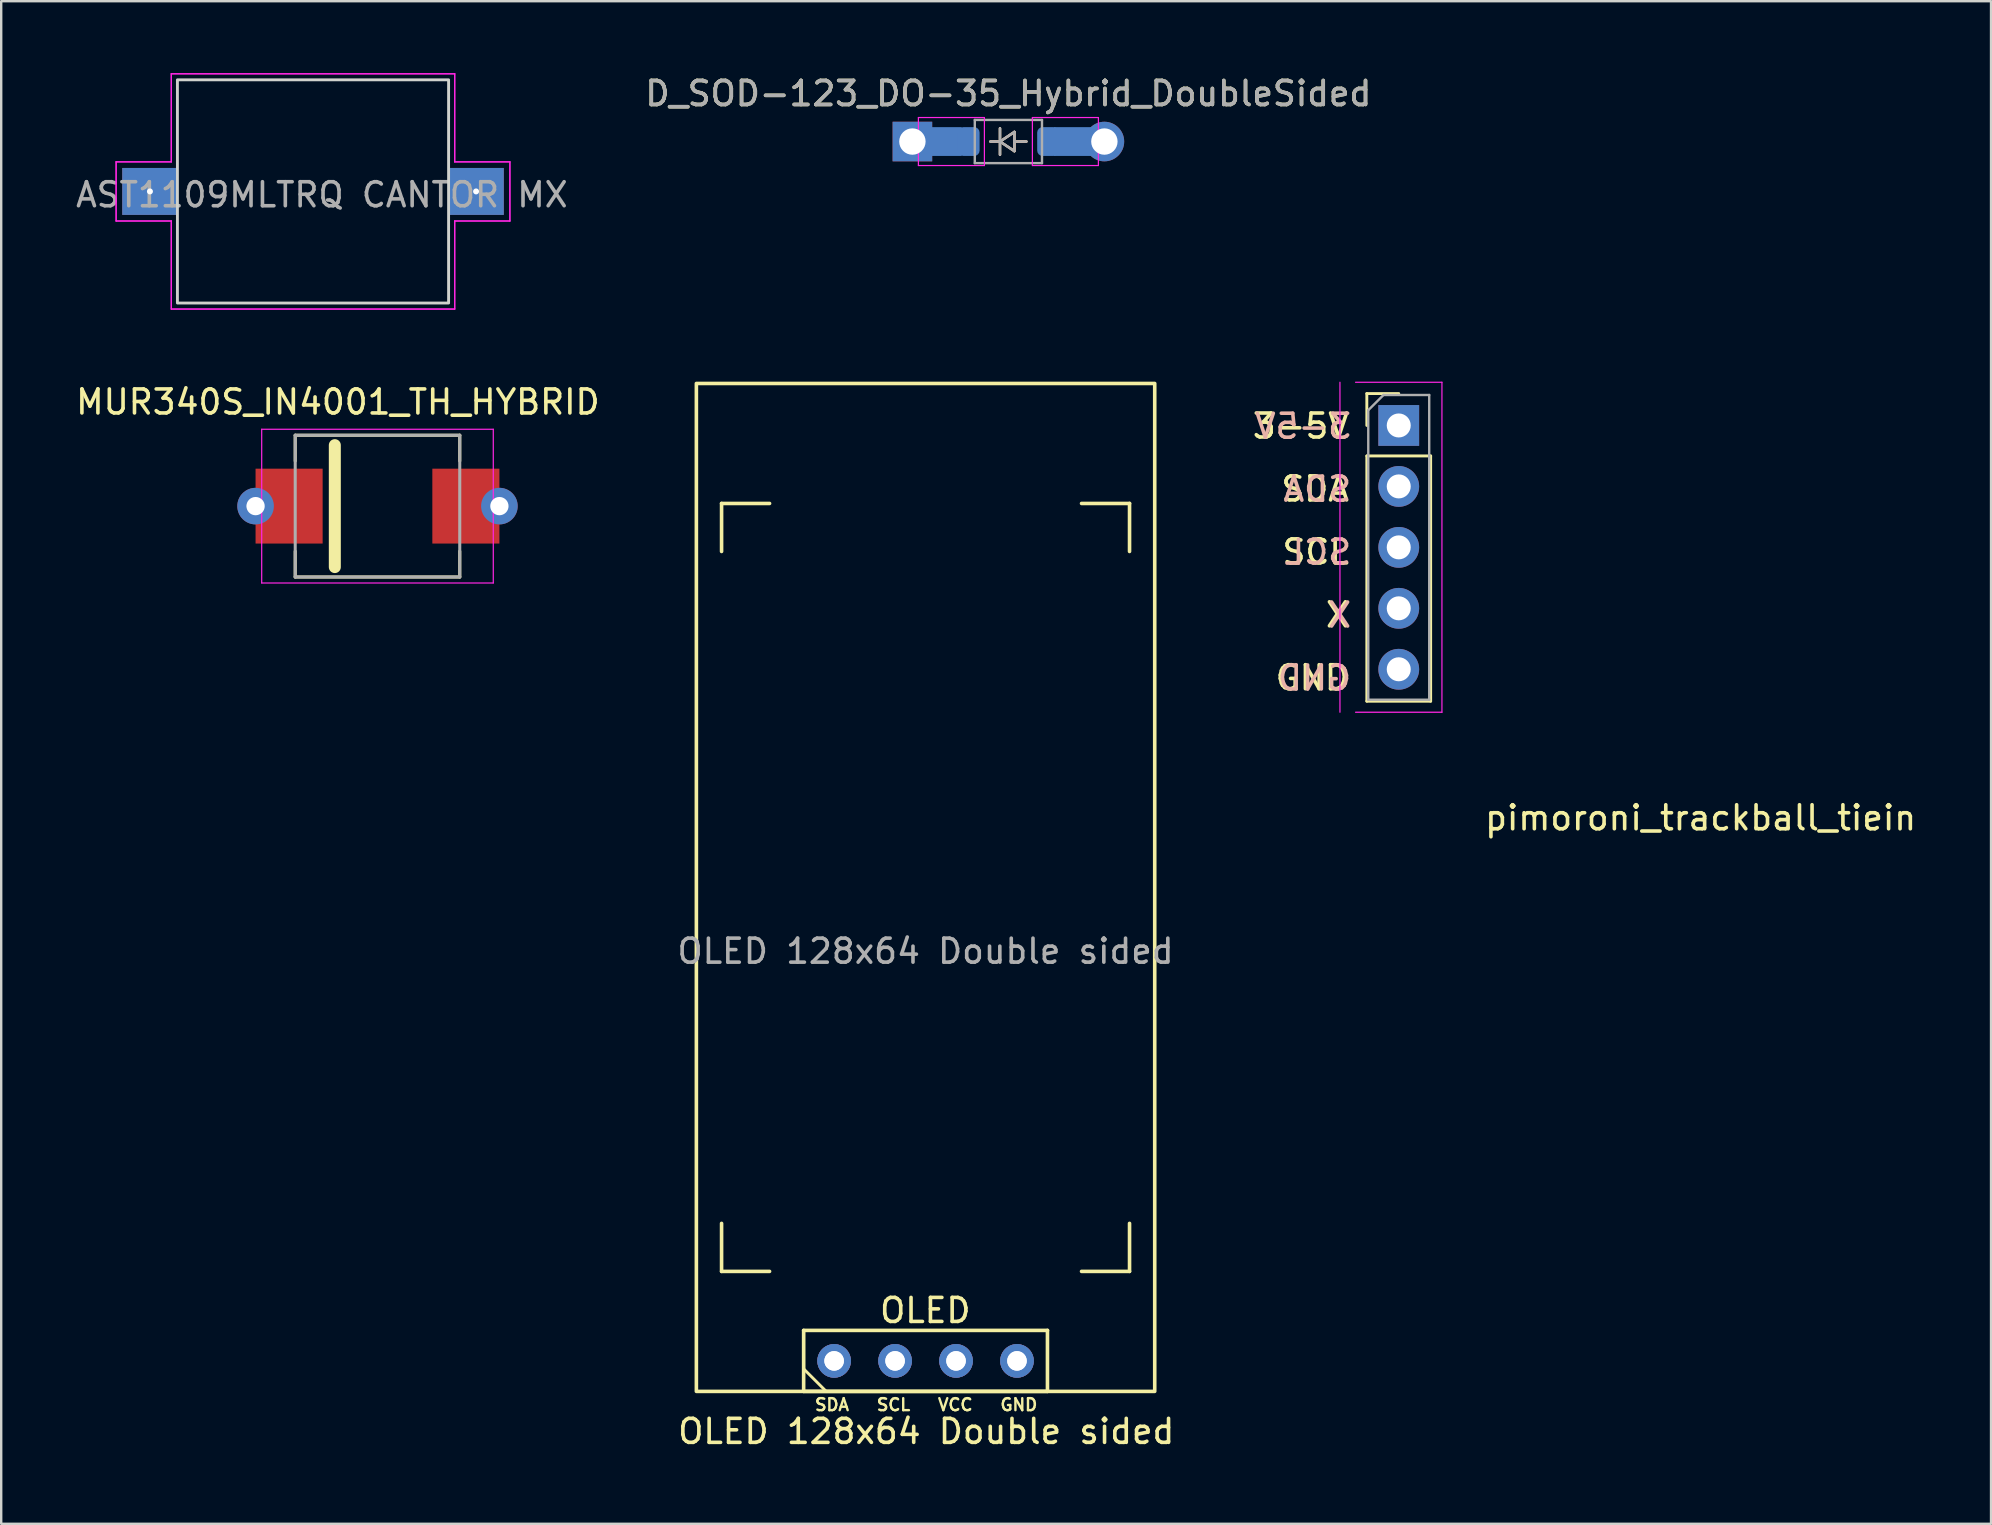
<source format=kicad_pcb>
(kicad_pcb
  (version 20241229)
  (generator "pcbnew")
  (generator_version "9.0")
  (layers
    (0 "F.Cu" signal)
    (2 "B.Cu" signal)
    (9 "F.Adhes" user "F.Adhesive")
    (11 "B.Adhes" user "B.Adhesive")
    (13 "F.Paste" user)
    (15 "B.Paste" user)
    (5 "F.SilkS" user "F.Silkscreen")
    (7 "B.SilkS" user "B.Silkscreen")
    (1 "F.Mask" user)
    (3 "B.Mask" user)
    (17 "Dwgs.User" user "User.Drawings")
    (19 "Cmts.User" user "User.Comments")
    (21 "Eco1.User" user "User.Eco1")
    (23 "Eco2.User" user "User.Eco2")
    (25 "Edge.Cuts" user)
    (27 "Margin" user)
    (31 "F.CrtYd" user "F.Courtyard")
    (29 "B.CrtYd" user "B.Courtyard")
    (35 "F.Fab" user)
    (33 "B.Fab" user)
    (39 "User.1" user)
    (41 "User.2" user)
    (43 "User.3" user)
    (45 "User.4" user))
  (footprint "OLED 128x64 Double sided"
    (layer "F.Cu")
    (at 35.518 47.938)
    (property "Reference" "OLED 128x64 Double sided" (at 0.03 8.66 0) (unlocked yes) (layer "F.SilkS") (effects (font (size 1 1) (thickness 0.15))))
    (attr through_hole)
    (fp_line (start -8.5 -28.009) (end -8.5 -30.009) (stroke (width 0.15) (type default)) (layer "F.SilkS"))
    (fp_line (start -8.5 1.991) (end -8.5 -0.009) (stroke (width 0.15) (type default)) (layer "F.SilkS"))
    (fp_line (start -6.5 -30.009) (end -8.5 -30.009) (stroke (width 0.15) (type default)) (layer "F.SilkS"))
    (fp_line (start -6.5 1.991) (end -8.5 1.991) (stroke (width 0.15) (type default)) (layer "F.SilkS"))
    (fp_line (start -5.08 4.451) (end 5.08 4.451) (stroke (width 0.15) (type solid)) (layer "F.SilkS"))
    (fp_line (start -5.08 6.991) (end -5.08 4.451) (stroke (width 0.15) (type solid)) (layer "F.SilkS"))
    (fp_line (start -5.08 6.991) (end 5.08 6.991) (stroke (width 0.15) (type solid)) (layer "F.SilkS"))
    (fp_line (start -5.08 4.451) (end 5.08 4.451) (stroke (width 0.12) (type default)) (layer "F.SilkS"))
    (fp_line (start -5.08 6.052) (end -5.08 4.451) (stroke (width 0.12) (type default)) (layer "F.SilkS"))
    (fp_line (start -5.08 6.052) (end -4.14 6.991) (stroke (width 0.12) (type default)) (layer "F.SilkS"))
    (fp_line (start 5.08 4.451) (end 5.08 6.991) (stroke (width 0.12) (type default)) (layer "F.SilkS"))
    (fp_line (start 5.08 6.991) (end -4.14 6.991) (stroke (width 0.12) (type default)) (layer "F.SilkS"))
    (fp_line (start 5.08 4.451) (end 5.08 6.991) (stroke (width 0.15) (type solid)) (layer "F.SilkS"))
    (fp_line (start 8.5 -30.009) (end 6.5 -30.009) (stroke (width 0.15) (type default)) (layer "F.SilkS"))
    (fp_line (start 8.5 -28.009) (end 8.5 -30.009) (stroke (width 0.15) (type default)) (layer "F.SilkS"))
    (fp_line (start 8.5 1.991) (end 6.5 1.991) (stroke (width 0.15) (type default)) (layer "F.SilkS"))
    (fp_line (start 8.5 1.991) (end 8.5 -0.009) (stroke (width 0.15) (type default)) (layer "F.SilkS"))
    (fp_rect (start -9.55 -35.009) (end 9.55 6.991) (stroke (width 0.15) (type default)) (fill no) (layer "F.SilkS"))
    (fp_text user "GND" (at 3.06 7.84 0) (unlocked yes) (layer "F.SilkS") (effects (font (size 0.5 0.5) (thickness 0.1)) (justify left bottom)))
    (fp_text user "SDA" (at -4.668 7.84 0) (unlocked yes) (layer "F.SilkS") (effects (font (size 0.5 0.5) (thickness 0.1)) (justify left bottom)))
    (fp_text user "OLED" (at -0.01 3.621 0) (layer "F.SilkS") (effects (font (size 1 1) (thickness 0.15))))
    (fp_text user "SCL" (at -2.092 7.84 0) (unlocked yes) (layer "F.SilkS") (effects (font (size 0.5 0.5) (thickness 0.1)) (justify left bottom)))
    (fp_text user "VCC" (at 0.46 7.84 0) (unlocked yes) (layer "F.SilkS") (effects (font (size 0.5 0.5) (thickness 0.1)) (justify left bottom)))
    (fp_text user "${REFERENCE}" (at 0 -11.35 0) (unlocked yes) (layer "F.Fab") (effects (font (size 1 1) (thickness 0.15))))
    (pad "1" thru_hole circle (at -3.81 5.721) (size 1.397 1.397) (drill 0.813) (layers "*.Cu" "B.Mask"))
    (pad "1" thru_hole circle (at -3.81 5.721) (size 1.397 1.397) (drill 0.813) (layers "*.Cu" "*.Mask"))
    (pad "2" thru_hole circle (at -1.27 5.721) (size 1.397 1.397) (drill 0.813) (layers "*.Cu" "B.Mask"))
    (pad "2" thru_hole circle (at -1.27 5.721) (size 1.397 1.397) (drill 0.813) (layers "*.Cu" "*.Mask"))
    (pad "3" thru_hole circle (at 1.27 5.721) (size 1.397 1.397) (drill 0.813) (layers "*.Cu" "B.Mask"))
    (pad "3" thru_hole circle (at 1.27 5.721) (size 1.397 1.397) (drill 0.813) (layers "*.Cu" "*.Mask"))
    (pad "4" thru_hole circle (at 3.81 5.721) (size 1.397 1.397) (drill 0.813) (layers "*.Cu" "B.Mask"))
    (pad "4" thru_hole circle (at 3.81 5.721) (size 1.397 1.397) (drill 0.813) (layers "*.Cu" "*.Mask")))
  (footprint "MUR340S_IN4001_TH_HYBRID"
    (layer "F.Cu")
    (at 12.68 18.04)
    (property "Reference" "MUR340S_IN4001_TH_HYBRID" (at -1.65 -4.338 0) (layer "F.SilkS") (effects (font (size 1 1) (thickness 0.15))))
    (attr smd)
    (fp_line (start -3.428 -2.953) (end -3.428 -1.88) (stroke (width 0.127) (type solid)) (layer "F.SilkS"))
    (fp_line (start -3.428 2.953) (end -3.428 1.88) (stroke (width 0.127) (type solid)) (layer "F.SilkS"))
    (fp_line (start -3.428 2.953) (end 3.428 2.953) (stroke (width 0.127) (type solid)) (layer "F.SilkS"))
    (fp_line (start -1.778 -2.54) (end -1.778 2.54) (stroke (width 0.5) (type solid)) (layer "F.SilkS"))
    (fp_line (start 3.428 -2.953) (end -3.428 -2.953) (stroke (width 0.127) (type solid)) (layer "F.SilkS"))
    (fp_line (start 3.428 -1.88) (end 3.428 -2.953) (stroke (width 0.127) (type solid)) (layer "F.SilkS"))
    (fp_line (start 3.428 2.953) (end 3.428 1.88) (stroke (width 0.127) (type solid)) (layer "F.SilkS"))
    (fp_line (start -4.825 -3.203) (end -4.825 3.203) (stroke (width 0.05) (type solid)) (layer "F.CrtYd"))
    (fp_line (start -4.825 3.203) (end 4.825 3.203) (stroke (width 0.05) (type solid)) (layer "F.CrtYd"))
    (fp_line (start 4.825 -3.203) (end -4.825 -3.203) (stroke (width 0.05) (type solid)) (layer "F.CrtYd"))
    (fp_line (start 4.825 3.203) (end 4.825 -3.203) (stroke (width 0.05) (type solid)) (layer "F.CrtYd"))
    (fp_line (start -3.428 -2.953) (end -3.428 2.953) (stroke (width 0.127) (type solid)) (layer "F.Fab"))
    (fp_line (start -3.428 2.953) (end 3.428 2.953) (stroke (width 0.127) (type solid)) (layer "F.Fab"))
    (fp_line (start 3.428 -2.953) (end -3.428 -2.953) (stroke (width 0.127) (type solid)) (layer "F.Fab"))
    (fp_line (start 3.428 2.953) (end 3.428 -2.953) (stroke (width 0.127) (type solid)) (layer "F.Fab"))
    (fp_circle (center -5.25 0) (end -5.15 0) (stroke (width 0.2) (type solid)) (fill no) (layer "F.Fab"))
    (pad "A" smd rect (at 3.683 0) (size 2.795 3.12) (layers "F.Cu" "F.Mask" "F.Paste"))
    (pad "A" thru_hole circle (at 5.08 0) (size 1.524 1.524) (drill 0.762) (layers "*.Cu" "*.Mask"))
    (pad "C" thru_hole circle (at -5.08 0) (size 1.524 1.524) (drill 0.762) (layers "*.Cu" "*.Mask"))
    (pad "C" smd rect (at -3.683 0) (size 2.795 3.12) (layers "F.Cu" "F.Mask" "F.Paste")))
  (footprint "D_SOD-123_DO-35_Hybrid_DoubleSided"
    (layer "F.Cu")
    (at 38.97 2.848)
    (property "Reference" "D_SOD-123_DO-35_Hybrid_DoubleSided" (at 0 -2 0) (layer "F.SilkS") (effects (font (size 1 1) (thickness 0.15))))
    (attr smd)
    (fp_line (start -0.75 0) (end -0.35 0) (stroke (width 0.1) (type solid)) (layer "F.SilkS"))
    (fp_line (start -0.35 0) (end -0.35 -0.55) (stroke (width 0.1) (type solid)) (layer "F.SilkS"))
    (fp_line (start -0.35 0) (end -0.35 0.55) (stroke (width 0.1) (type solid)) (layer "F.SilkS"))
    (fp_line (start -0.35 0) (end 0.25 -0.4) (stroke (width 0.1) (type solid)) (layer "F.SilkS"))
    (fp_line (start 0.25 -0.4) (end 0.25 0.4) (stroke (width 0.1) (type solid)) (layer "F.SilkS"))
    (fp_line (start 0.25 0) (end 0.75 0) (stroke (width 0.1) (type solid)) (layer "F.SilkS"))
    (fp_line (start 0.25 0.4) (end -0.35 0) (stroke (width 0.1) (type solid)) (layer "F.SilkS"))
    (fp_line (start -0.75 0) (end -0.35 0) (stroke (width 0.1) (type solid)) (layer "B.SilkS"))
    (fp_line (start -0.35 0) (end -0.35 -0.55) (stroke (width 0.1) (type solid)) (layer "B.SilkS"))
    (fp_line (start -0.35 0) (end -0.35 0.55) (stroke (width 0.1) (type solid)) (layer "B.SilkS"))
    (fp_line (start -0.35 0) (end 0.25 0.4) (stroke (width 0.1) (type solid)) (layer "B.SilkS"))
    (fp_line (start 0.25 -0.4) (end -0.35 0) (stroke (width 0.1) (type solid)) (layer "B.SilkS"))
    (fp_line (start 0.25 0) (end 0.75 0) (stroke (width 0.1) (type solid)) (layer "B.SilkS"))
    (fp_line (start 0.25 0.4) (end 0.25 -0.4) (stroke (width 0.1) (type solid)) (layer "B.SilkS"))
    (fp_line (start -3.75 -1) (end -3.75 1) (stroke (width 0.05) (type default)) (layer "F.CrtYd"))
    (fp_line (start -3.75 -1) (end -1 -1) (stroke (width 0.05) (type solid)) (layer "F.CrtYd"))
    (fp_line (start -1 -1) (end -1 1) (stroke (width 0.05) (type default)) (layer "F.CrtYd"))
    (fp_line (start -1 1) (end -3.75 1) (stroke (width 0.05) (type solid)) (layer "F.CrtYd"))
    (fp_line (start 1 -1) (end 1 1) (stroke (width 0.05) (type default)) (layer "F.CrtYd"))
    (fp_line (start 1 -1) (end 3.75 -1) (stroke (width 0.05) (type solid)) (layer "F.CrtYd"))
    (fp_line (start 3.75 -1) (end 3.75 1) (stroke (width 0.05) (type default)) (layer "F.CrtYd"))
    (fp_line (start 3.75 1) (end 1 1) (stroke (width 0.05) (type solid)) (layer "F.CrtYd"))
    (fp_line (start -1.4 -0.9) (end 1.4 -0.9) (stroke (width 0.1) (type solid)) (layer "F.Fab"))
    (fp_line (start -1.4 0.9) (end -1.4 -0.9) (stroke (width 0.1) (type solid)) (layer "F.Fab"))
    (fp_line (start -0.75 0) (end -0.35 0) (stroke (width 0.1) (type solid)) (layer "F.Fab"))
    (fp_line (start -0.35 0) (end -0.35 -0.55) (stroke (width 0.1) (type solid)) (layer "F.Fab"))
    (fp_line (start -0.35 0) (end -0.35 0.55) (stroke (width 0.1) (type solid)) (layer "F.Fab"))
    (fp_line (start -0.35 0) (end 0.25 -0.4) (stroke (width 0.1) (type solid)) (layer "F.Fab"))
    (fp_line (start 0.25 -0.4) (end 0.25 0.4) (stroke (width 0.1) (type solid)) (layer "F.Fab"))
    (fp_line (start 0.25 0) (end 0.75 0) (stroke (width 0.1) (type solid)) (layer "F.Fab"))
    (fp_line (start 0.25 0.4) (end -0.35 0) (stroke (width 0.1) (type solid)) (layer "F.Fab"))
    (fp_line (start 1.4 -0.9) (end 1.4 0.9) (stroke (width 0.1) (type solid)) (layer "F.Fab"))
    (fp_line (start 1.4 0.9) (end -1.4 0.9) (stroke (width 0.1) (type solid)) (layer "F.Fab"))
    (fp_text user "${REFERENCE}" (at 0 -2 0) (layer "F.Fab") (effects (font (size 1 1) (thickness 0.15))))
    (pad "1" thru_hole rect (at -4 0) (size 1.65 1.65) (drill 1.1) (layers "*.Cu" "F.Mask"))
    (pad "1" smd rect (at -2.75 0) (size 1.6 1.2) (layers "B.Cu"))
    (pad "1" smd roundrect (at -1.65 0) (size 0.9 1.2) (layers "B.Cu" "B.Mask" "B.Paste") (roundrect_rratio 0.25))
    (pad "2" smd roundrect (at 1.65 0) (size 0.9 1.2) (layers "B.Cu" "B.Mask" "B.Paste") (roundrect_rratio 0.25))
    (pad "2" smd rect (at 2.7 0) (size 1.6 1.2) (layers "B.Cu"))
    (pad "2" thru_hole circle (at 4 0) (size 1.65 1.65) (drill 1.1) (layers "*.Cu" "F.Mask")))
  (footprint "AST1109MLTRQ CANTOR MX"
    (layer "F.Cu")
    (at 9.993 4.927)
    (property "Reference" "AST1109MLTRQ CANTOR MX" (at 0.37 0.14 0) (layer "F.Fab") (effects (font (size 1 1) (thickness 0.15))))
    (attr through_hole)
    (fp_rect (start -5.65 -4.65) (end 5.65 4.65) (stroke (width 0.12) (type default)) (fill no) (layer "Edge.Cuts"))
    (fp_line (start -8.204 -1.232) (end -5.905 -1.232) (stroke (width 0.05) (type solid)) (layer "F.CrtYd"))
    (fp_line (start -8.204 -1.232) (end -5.905 -1.232) (stroke (width 0.05) (type solid)) (layer "F.CrtYd"))
    (fp_line (start -8.204 1.232) (end -8.204 -1.232) (stroke (width 0.05) (type solid)) (layer "F.CrtYd"))
    (fp_line (start -8.204 1.232) (end -8.204 -1.232) (stroke (width 0.05) (type solid)) (layer "F.CrtYd"))
    (fp_line (start -8.204 1.232) (end -5.905 1.232) (stroke (width 0.05) (type solid)) (layer "F.CrtYd"))
    (fp_line (start -5.905 -4.902) (end 5.905 -4.902) (stroke (width 0.05) (type solid)) (layer "F.CrtYd"))
    (fp_line (start -5.905 -4.902) (end 5.905 -4.902) (stroke (width 0.05) (type solid)) (layer "F.CrtYd"))
    (fp_line (start -5.905 -1.232) (end -5.905 -4.902) (stroke (width 0.05) (type solid)) (layer "F.CrtYd"))
    (fp_line (start -5.905 -1.232) (end -5.905 -4.902) (stroke (width 0.05) (type solid)) (layer "F.CrtYd"))
    (fp_line (start -5.905 1.232) (end -8.204 1.232) (stroke (width 0.05) (type solid)) (layer "F.CrtYd"))
    (fp_line (start -5.905 4.902) (end -5.905 1.232) (stroke (width 0.05) (type solid)) (layer "F.CrtYd"))
    (fp_line (start -5.905 4.902) (end -5.905 1.232) (stroke (width 0.05) (type solid)) (layer "F.CrtYd"))
    (fp_line (start 5.905 -4.902) (end 5.905 -1.232) (stroke (width 0.05) (type solid)) (layer "F.CrtYd"))
    (fp_line (start 5.905 -4.902) (end 5.905 -1.232) (stroke (width 0.05) (type solid)) (layer "F.CrtYd"))
    (fp_line (start 5.905 -1.232) (end 8.204 -1.232) (stroke (width 0.05) (type solid)) (layer "F.CrtYd"))
    (fp_line (start 5.905 1.232) (end 5.905 4.902) (stroke (width 0.05) (type solid)) (layer "F.CrtYd"))
    (fp_line (start 5.905 1.232) (end 5.905 4.902) (stroke (width 0.05) (type solid)) (layer "F.CrtYd"))
    (fp_line (start 5.905 4.902) (end -5.905 4.902) (stroke (width 0.05) (type solid)) (layer "F.CrtYd"))
    (fp_line (start 5.905 4.902) (end -5.905 4.902) (stroke (width 0.05) (type solid)) (layer "F.CrtYd"))
    (fp_line (start 8.204 -1.232) (end 5.905 -1.232) (stroke (width 0.05) (type solid)) (layer "F.CrtYd"))
    (fp_line (start 8.204 -1.232) (end 8.204 1.232) (stroke (width 0.05) (type solid)) (layer "F.CrtYd"))
    (fp_line (start 8.204 -1.232) (end 8.204 1.232) (stroke (width 0.05) (type solid)) (layer "F.CrtYd"))
    (fp_line (start 8.204 1.232) (end 5.905 1.232) (stroke (width 0.05) (type solid)) (layer "F.CrtYd"))
    (fp_line (start 8.204 1.232) (end 5.905 1.232) (stroke (width 0.05) (type solid)) (layer "F.CrtYd"))
    (pad "1" thru_hole circle (at -6.795 0) (size 0.25 0.25) (drill 0.25) (layers "*.Cu" "*.Mask"))
    (pad "1" smd rect (at -6.795 0) (size 2.311 1.956) (layers "F.Cu" "F.Mask" "F.Paste"))
    (pad "1" smd rect (at -6.795 0) (size 2.311 1.956) (layers "B.Cu" "B.Mask" "B.Paste"))
    (pad "2" thru_hole circle (at 6.795 0) (size 0.25 0.25) (drill 0.25) (layers "*.Cu" "*.Mask"))
    (pad "2" smd rect (at 6.795 0) (size 2.311 1.956) (layers "F.Cu" "F.Mask" "F.Paste"))
    (pad "2" smd rect (at 6.795 0) (size 2.311 1.956) (layers "B.Cu" "B.Mask" "B.Paste")))
  (footprint "pimoroni_trackball_tiein"
    (layer "F.Cu")
    (at 55.236 14.679)
    (property "Reference" "pimoroni_trackball_tiein" (at 12.58 16.35 0) (layer "F.SilkS") (effects (font (size 1 1) (thickness 0.15))))
    (attr through_hole)
    (fp_line (start -1.33 -1.33) (end 0 -1.33) (stroke (width 0.12) (type solid)) (layer "F.SilkS"))
    (fp_line (start -1.33 0) (end -1.33 -1.33) (stroke (width 0.12) (type solid)) (layer "F.SilkS"))
    (fp_line (start -1.33 1.27) (end -1.33 11.49) (stroke (width 0.12) (type solid)) (layer "F.SilkS"))
    (fp_line (start -1.33 1.27) (end 1.33 1.27) (stroke (width 0.12) (type solid)) (layer "F.SilkS"))
    (fp_line (start -1.33 11.49) (end 1.33 11.49) (stroke (width 0.12) (type solid)) (layer "F.SilkS"))
    (fp_line (start 1.33 1.27) (end 1.33 11.49) (stroke (width 0.12) (type solid)) (layer "F.SilkS"))
    (fp_line (start -2.45 -1.8) (end -2.45 11.95) (stroke (width 0.05) (type solid)) (layer "F.CrtYd"))
    (fp_line (start -1.8 11.95) (end 1.8 11.95) (stroke (width 0.05) (type solid)) (layer "F.CrtYd"))
    (fp_line (start 1.8 -1.8) (end -1.8 -1.8) (stroke (width 0.05) (type solid)) (layer "F.CrtYd"))
    (fp_line (start 1.8 11.95) (end 1.8 -1.8) (stroke (width 0.05) (type solid)) (layer "F.CrtYd"))
    (fp_line (start -1.27 -0.635) (end -0.635 -1.27) (stroke (width 0.1) (type solid)) (layer "F.Fab"))
    (fp_line (start -1.27 11.43) (end -1.27 -0.635) (stroke (width 0.1) (type solid)) (layer "F.Fab"))
    (fp_line (start -0.635 -1.27) (end 1.27 -1.27) (stroke (width 0.1) (type solid)) (layer "F.Fab"))
    (fp_line (start 1.27 -1.27) (end 1.27 11.43) (stroke (width 0.1) (type solid)) (layer "F.Fab"))
    (fp_line (start 1.27 11.43) (end -1.27 11.43) (stroke (width 0.1) (type solid)) (layer "F.Fab"))
    (fp_text user "GND" (at -1.98 9.93 0) (layer "F.SilkS") (effects (font (size 1 1) (thickness 0.15)) (justify right top)))
    (fp_text user "X" (at -1.98 7.308 0) (layer "F.SilkS") (effects (font (size 1 1) (thickness 0.15)) (justify right top)))
    (fp_text user "SDA" (at -1.98 2.062 0) (layer "F.SilkS") (effects (font (size 1 1) (thickness 0.15)) (justify right top)))
    (fp_text user "3-5V" (at -1.98 -0.56 0) (layer "F.SilkS") (effects (font (size 1 1) (thickness 0.15)) (justify right top)))
    (fp_text user "SCL" (at -1.98 4.685 0) (layer "F.SilkS") (effects (font (size 1 1) (thickness 0.15)) (justify right top)))
    (fp_text user "3-5V" (at -1.89 -0.55 0) (layer "B.SilkS") (effects (font (size 1 1) (thickness 0.15)) (justify left top mirror)))
    (fp_text user "X" (at -1.89 7.317 0) (layer "B.SilkS") (effects (font (size 1 1) (thickness 0.15)) (justify left top mirror)))
    (fp_text user "SDA" (at -1.89 2.072 0) (layer "B.SilkS") (effects (font (size 1 1) (thickness 0.15)) (justify left top mirror)))
    (fp_text user "GND" (at -1.89 9.94 0) (layer "B.SilkS") (effects (font (size 1 1) (thickness 0.15)) (justify left top mirror)))
    (fp_text user "SCL" (at -1.89 4.695 0) (layer "B.SilkS") (effects (font (size 1 1) (thickness 0.15)) (justify left top mirror)))
    (pad "1" thru_hole rect (at 0 0) (size 1.7 1.7) (drill 1) (layers "*.Cu" "*.Mask"))
    (pad "2" thru_hole oval (at 0 2.54) (size 1.7 1.7) (drill 1) (layers "*.Cu" "*.Mask"))
    (pad "3" thru_hole oval (at 0 5.08) (size 1.7 1.7) (drill 1) (layers "*.Cu" "*.Mask"))
    (pad "4" thru_hole oval (at 0 7.62) (size 1.7 1.7) (drill 1) (layers "*.Cu" "*.Mask"))
    (pad "5" thru_hole oval (at 0 10.16) (size 1.7 1.7) (drill 1) (layers "*.Cu" "*.Mask")))
  (gr_rect
    (start -3 -3)
    (end 79.917 60.446)
    (stroke (width 0.1) (type default))
    (fill no)
    (layer "Edge.Cuts")))
</source>
